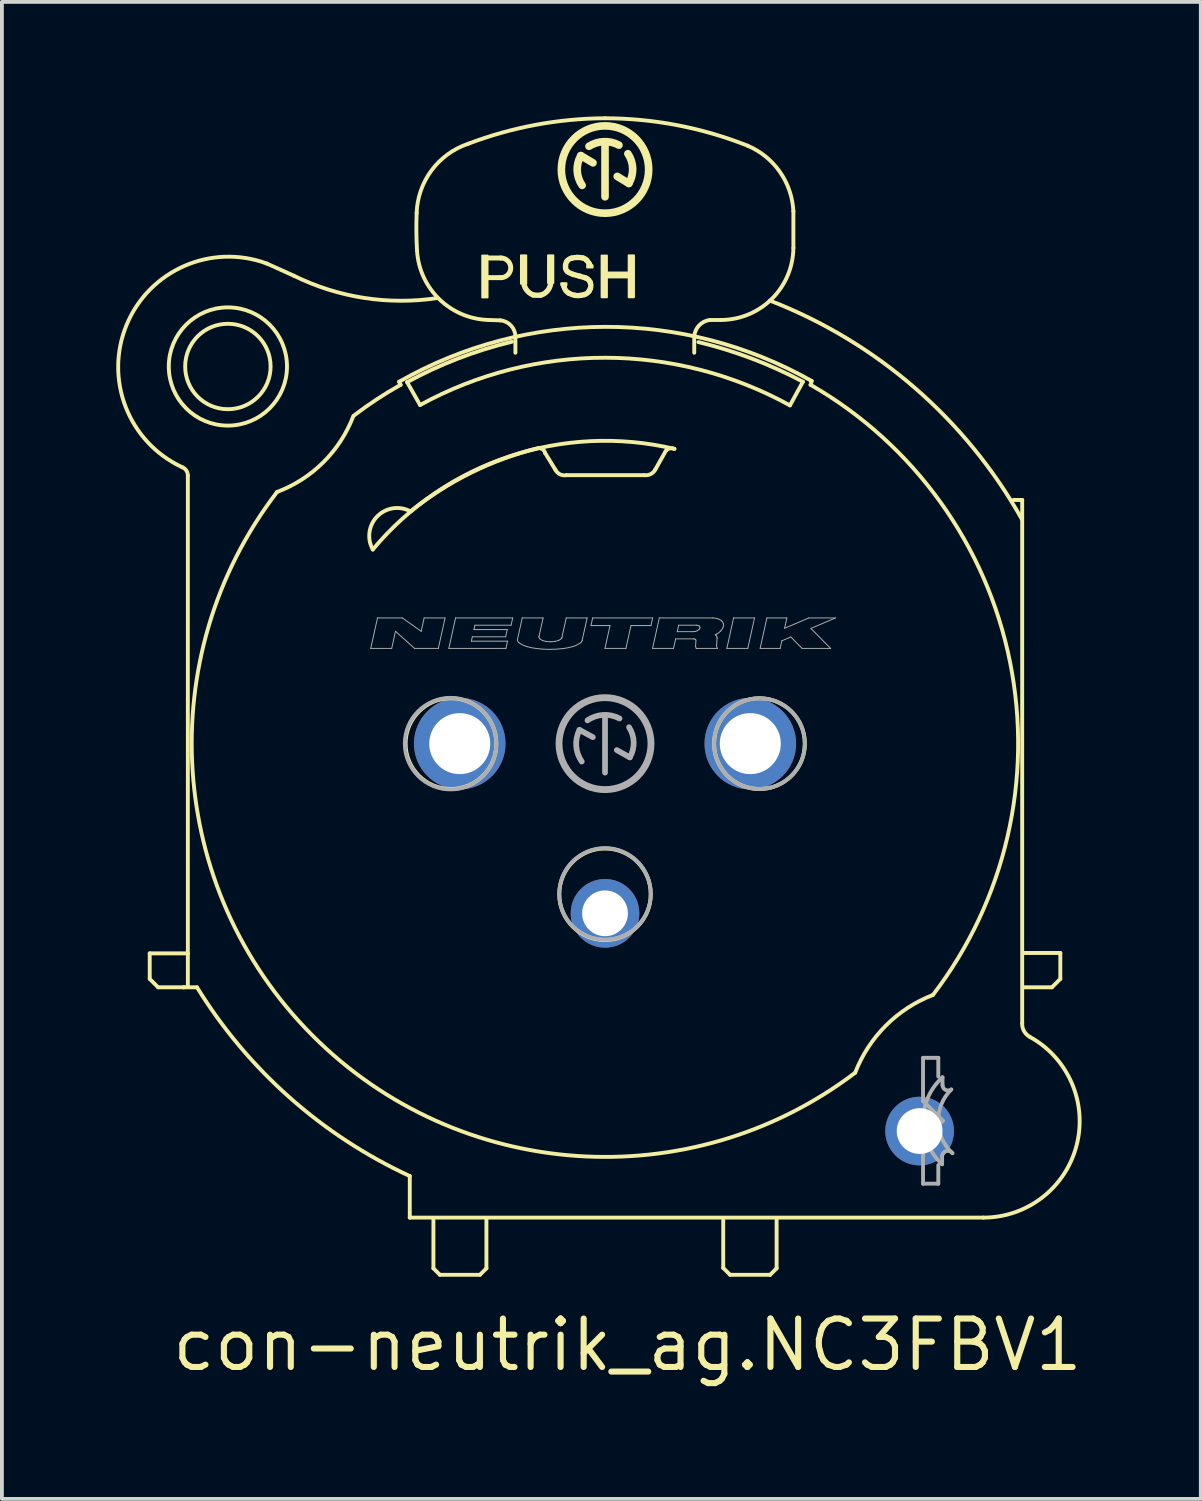
<source format=kicad_pcb>
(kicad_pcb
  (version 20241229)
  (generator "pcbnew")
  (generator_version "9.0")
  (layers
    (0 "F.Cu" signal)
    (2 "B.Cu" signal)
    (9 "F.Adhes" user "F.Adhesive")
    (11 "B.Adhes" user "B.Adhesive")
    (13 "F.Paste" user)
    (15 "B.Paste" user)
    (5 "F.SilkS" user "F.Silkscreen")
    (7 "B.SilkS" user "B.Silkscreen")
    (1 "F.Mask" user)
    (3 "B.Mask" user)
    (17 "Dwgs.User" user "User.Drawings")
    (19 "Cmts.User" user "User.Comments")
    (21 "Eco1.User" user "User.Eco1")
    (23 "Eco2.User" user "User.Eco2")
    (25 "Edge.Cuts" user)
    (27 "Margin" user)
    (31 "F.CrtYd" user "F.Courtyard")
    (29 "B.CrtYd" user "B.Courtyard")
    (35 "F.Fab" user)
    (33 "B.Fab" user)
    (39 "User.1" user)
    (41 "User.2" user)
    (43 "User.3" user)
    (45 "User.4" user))
  (footprint "con-neutrik_ag.NC3FBV1"
    (layer "F.Cu")
    (at 12.816 16.451)
    (property "Reference" "con-neutrik_ag.NC3FBV1" (at -11.43 16.51 0) (layer "F.SilkS") (effects (font (size 1.27 1.27) (thickness 0.16)) (justify left bottom)))
    (attr through_hole)
    (fp_line (start -11.94 5.5) (end -10.94 5.5) (stroke (width 0.102) (type default)) (layer "F.SilkS"))
    (fp_line (start -11.94 6.17) (end -11.94 5.5) (stroke (width 0.102) (type default)) (layer "F.SilkS"))
    (fp_line (start -11.72 6.39) (end -11.94 6.17) (stroke (width 0.102) (type default)) (layer "F.SilkS"))
    (fp_line (start -11.05 6.39) (end -11.72 6.39) (stroke (width 0.102) (type default)) (layer "F.SilkS"))
    (fp_line (start -11.05 6.39) (end -10.7 6.39) (stroke (width 0.102) (type default)) (layer "F.SilkS"))
    (fp_line (start -11.04 6.39) (end -11.05 6.39) (stroke (width 0.102) (type default)) (layer "F.SilkS"))
    (fp_line (start -10.94 5.5) (end -10.94 -7.03) (stroke (width 0.102) (type default)) (layer "F.SilkS"))
    (fp_line (start -10.94 6.35) (end -10.94 5.52) (stroke (width 0.102) (type default)) (layer "F.SilkS"))
    (fp_line (start -5.4 -9.49) (end -5.36 -9.41) (stroke (width 0.102) (type default)) (layer "F.SilkS"))
    (fp_line (start -5.19 -9.48) (end -4.85 -8.88) (stroke (width 0.102) (type default)) (layer "F.SilkS"))
    (fp_line (start -5.12 11.34) (end -5.12 12.43) (stroke (width 0.102) (type default)) (layer "F.SilkS"))
    (fp_line (start -5.12 12.43) (end 9.92 12.43) (stroke (width 0.102) (type default)) (layer "F.SilkS"))
    (fp_line (start -4.5 12.49) (end -4.5 13.76) (stroke (width 0.102) (type default)) (layer "F.SilkS"))
    (fp_line (start -4.5 13.76) (end -4.33 13.93) (stroke (width 0.102) (type default)) (layer "F.SilkS"))
    (fp_line (start -4.33 13.93) (end -3.28 13.93) (stroke (width 0.102) (type default)) (layer "F.SilkS"))
    (fp_line (start -3.28 13.93) (end -3.11 13.76) (stroke (width 0.102) (type default)) (layer "F.SilkS"))
    (fp_line (start -3.13 -12.735) (end -2.73 -12.735) (stroke (width 0.13) (type default)) (layer "F.SilkS"))
    (fp_line (start -3.11 13.76) (end -3.11 12.47) (stroke (width 0.102) (type default)) (layer "F.SilkS"))
    (fp_line (start -2.75 -11.1) (end -3.06 -11.11) (stroke (width 0.102) (type default)) (layer "F.SilkS"))
    (fp_line (start -2.72 -12.22) (end -3.11 -12.22) (stroke (width 0.13) (type default)) (layer "F.SilkS"))
    (fp_line (start -2.35 -10.25) (end -2.35 -10.67) (stroke (width 0.102) (type default)) (layer "F.SilkS"))
    (fp_line (start -1.3 -7.18) (end -1.57 -7.62) (stroke (width 0.102) (type default)) (layer "F.SilkS"))
    (fp_line (start -1.08 -12.01) (end -1.075 -11.985) (stroke (width 0.14) (type default)) (layer "F.SilkS"))
    (fp_line (start -0.315 -15.23) (end -0.635 -15.42) (stroke (width 0.2) (type default)) (layer "F.SilkS"))
    (fp_line (start 0 -14.34) (end 0 -15.73) (stroke (width 0.2) (type default)) (layer "F.SilkS"))
    (fp_line (start 0.32 -14.875) (end 0.625 -14.69) (stroke (width 0.2) (type default)) (layer "F.SilkS"))
    (fp_line (start 1.03 -7.04) (end -1.01 -7.04) (stroke (width 0.102) (type default)) (layer "F.SilkS"))
    (fp_line (start 1.59 -7.67) (end 1.32 -7.19) (stroke (width 0.102) (type default)) (layer "F.SilkS"))
    (fp_line (start 3.1 12.49) (end 3.1 13.75) (stroke (width 0.102) (type default)) (layer "F.SilkS"))
    (fp_line (start 3.1 13.75) (end 3.28 13.93) (stroke (width 0.102) (type default)) (layer "F.SilkS"))
    (fp_line (start 3.28 13.93) (end 4.33 13.93) (stroke (width 0.102) (type default)) (layer "F.SilkS"))
    (fp_line (start 4.33 13.93) (end 4.5 13.76) (stroke (width 0.102) (type default)) (layer "F.SilkS"))
    (fp_line (start 4.5 13.76) (end 4.5 12.48) (stroke (width 0.102) (type default)) (layer "F.SilkS"))
    (fp_line (start 4.85 -8.87) (end 5.19 -9.49) (stroke (width 0.102) (type default)) (layer "F.SilkS"))
    (fp_line (start 4.94 -13.96) (end 4.94 -13) (stroke (width 0.102) (type default)) (layer "F.SilkS"))
    (fp_line (start 5.39 -9.41) (end 5.42 -9.51) (stroke (width 0.102) (type default)) (layer "F.SilkS"))
    (fp_line (start 10.94 -6.39) (end 10.71 -6.39) (stroke (width 0.102) (type default)) (layer "F.SilkS"))
    (fp_line (start 10.94 7.33) (end 10.94 -6.39) (stroke (width 0.102) (type default)) (layer "F.SilkS"))
    (fp_line (start 10.99 6.39) (end 11.72 6.39) (stroke (width 0.102) (type default)) (layer "F.SilkS"))
    (fp_line (start 11.72 6.39) (end 11.94 6.17) (stroke (width 0.102) (type default)) (layer "F.SilkS"))
    (fp_line (start 11.94 5.49) (end 10.99 5.49) (stroke (width 0.102) (type default)) (layer "F.SilkS"))
    (fp_line (start 11.94 6.17) (end 11.94 5.49) (stroke (width 0.102) (type default)) (layer "F.SilkS"))
    (fp_rect (start -3.22 -11.7) (end -3.08 -12.8) (stroke (width 0.05) (type default)) (fill yes) (layer "F.SilkS"))
    (fp_rect (start -2.205 -12.06) (end -2.065 -12.805) (stroke (width 0.05) (type default)) (fill yes) (layer "F.SilkS"))
    (fp_rect (start -1.495 -12.08) (end -1.355 -12.805) (stroke (width 0.05) (type default)) (fill yes) (layer "F.SilkS"))
    (fp_rect (start -1.15 -12.025) (end -1.01 -12.075) (stroke (width 0.05) (type default)) (fill yes) (layer "F.SilkS"))
    (fp_rect (start -0.47 -12.485) (end -0.325 -12.545) (stroke (width 0.05) (type default)) (fill yes) (layer "F.SilkS"))
    (fp_rect (start -0.09 -11.705) (end 0.05 -12.8) (stroke (width 0.05) (type default)) (fill yes) (layer "F.SilkS"))
    (fp_rect (start 0.035 -12.225) (end 0.64 -12.355) (stroke (width 0.05) (type default)) (fill yes) (layer "F.SilkS"))
    (fp_rect (start 0.62 -11.705) (end 0.76 -12.805) (stroke (width 0.05) (type default)) (fill yes) (layer "F.SilkS"))
    (fp_arc (start -11.09 -7.25) (mid -10.981062 -7.163139) (end -10.94 -7.03) (stroke (width 0.1016) (type default)) (layer "F.SilkS"))
    (fp_arc (start -11.09 -7.25) (mid -12.543512 -10.98573) (end -8.87 -12.59) (stroke (width 0.1016) (type default)) (layer "F.SilkS"))
    (fp_arc (start -8.87 -12.59) (mid -8.514255 -12.431652) (end -8.16 -12.27) (stroke (width 0.1016) (type default)) (layer "F.SilkS"))
    (fp_arc (start -6.6 -8.59) (mid -7.385874 -7.379798) (end -8.6 -6.6) (stroke (width 0.1016) (type default)) (layer "F.SilkS"))
    (fp_arc (start -6.59 -8.6) (mid -5.989419 -9.026896) (end -5.36 -9.41) (stroke (width 0.1016) (type default)) (layer "F.SilkS"))
    (fp_arc (start -6.09 -5.09) (mid -5.970889 -5.96213) (end -5.1 -6.09) (stroke (width 0.1016) (type default)) (layer "F.SilkS"))
    (fp_arc (start -6.09 -5.09) (mid -2.509717 -7.53273) (end 1.82 -7.73) (stroke (width 0.1016) (type default)) (layer "F.SilkS"))
    (fp_arc (start -5.4 -9.49) (mid 0.007357 -10.929608) (end 5.42 -9.51) (stroke (width 0.1016) (type default)) (layer "F.SilkS"))
    (fp_arc (start -5.19 -9.48) (mid -3.849732 -10.100106) (end -2.44 -10.54) (stroke (width 0.1016) (type default)) (layer "F.SilkS"))
    (fp_arc (start -5.12 11.34) (mid -8.274831 9.276264) (end -10.7 6.39) (stroke (width 0.1016) (type default)) (layer "F.SilkS"))
    (fp_arc (start -5.1 -6.09) (mid -3.515654 -7.102947) (end -1.75 -7.75) (stroke (width 0.1016) (type default)) (layer "F.SilkS"))
    (fp_arc (start -4.94 -13.91) (mid -4.55018 -15.031535) (end -3.59 -15.73) (stroke (width 0.1016) (type default)) (layer "F.SilkS"))
    (fp_arc (start -4.93 -12.93) (mid -4.946992 -13.419878) (end -4.94 -13.91) (stroke (width 0.1016) (type default)) (layer "F.SilkS"))
    (fp_arc (start -4.85 -8.88) (mid 0.001283 -10.119665) (end 4.85 -8.87) (stroke (width 0.1016) (type default)) (layer "F.SilkS"))
    (fp_arc (start -4.3995 -11.6841) (mid -6.324542 -11.689558) (end -8.16 -12.27) (stroke (width 0.1016) (type default)) (layer "F.SilkS"))
    (fp_arc (start -3.59 -15.73) (mid -1.825069 -16.226116) (end 0 -16.4) (stroke (width 0.1016) (type default)) (layer "F.SilkS"))
    (fp_arc (start -3.06 -11.11) (mid -4.347878 -11.657427) (end -4.93 -12.93) (stroke (width 0.1016) (type default)) (layer "F.SilkS"))
    (fp_arc (start -2.75 -11.1) (mid -2.465454 -10.963647) (end -2.35 -10.67) (stroke (width 0.1016) (type default)) (layer "F.SilkS"))
    (fp_arc (start -2.73 -12.735) (mid -2.472451 -12.482404) (end -2.72 -12.22) (stroke (width 0.13) (type default)) (layer "F.SilkS"))
    (fp_arc (start -1.88 -11.765) (mid -2.064528 -11.907658) (end -2.135 -12.13) (stroke (width 0.14) (type default)) (layer "F.SilkS"))
    (fp_arc (start -1.74 -7.75) (mid -1.632357 -7.71461) (end -1.57 -7.62) (stroke (width 0.1016) (type default)) (layer "F.SilkS"))
    (fp_arc (start -1.69 -11.76) (mid -1.785118 -11.758012) (end -1.88 -11.765) (stroke (width 0.14) (type default)) (layer "F.SilkS"))
    (fp_arc (start -1.425 -12.13) (mid -1.491164 -11.897489) (end -1.69 -11.76) (stroke (width 0.14) (type default)) (layer "F.SilkS"))
    (fp_arc (start -1.035 -12.545) (mid -1.023242 -12.602997) (end -0.995 -12.655) (stroke (width 0.14) (type default)) (layer "F.SilkS"))
    (fp_arc (start -1.035 -12.475) (mid -1.035897 -12.51) (end -1.035 -12.545) (stroke (width 0.14) (type default)) (layer "F.SilkS"))
    (fp_arc (start -1.01 -7.04) (mid -1.178221 -7.061899) (end -1.3 -7.18) (stroke (width 0.1016) (type default)) (layer "F.SilkS"))
    (fp_arc (start -0.995 -12.655) (mid -0.944061 -12.70256) (end -0.88 -12.73) (stroke (width 0.14) (type default)) (layer "F.SilkS"))
    (fp_arc (start -0.98 -12.375) (mid -1.018985 -12.418684) (end -1.035 -12.475) (stroke (width 0.14) (type default)) (layer "F.SilkS"))
    (fp_arc (start -0.945 -11.81) (mid -1.029639 -11.882911) (end -1.075 -11.985) (stroke (width 0.14) (type default)) (layer "F.SilkS"))
    (fp_arc (start -0.88 -12.73) (mid -0.805495 -12.743715) (end -0.73 -12.75) (stroke (width 0.14) (type default)) (layer "F.SilkS"))
    (fp_arc (start -0.835 -12.305) (mid -0.910421 -12.33395) (end -0.98 -12.375) (stroke (width 0.14) (type default)) (layer "F.SilkS"))
    (fp_arc (start -0.785 -11.755) (mid -0.867193 -11.776119) (end -0.945 -11.81) (stroke (width 0.14) (type default)) (layer "F.SilkS"))
    (fp_arc (start -0.73 -12.75) (mid -0.654498 -12.747518) (end -0.58 -12.735) (stroke (width 0.14) (type default)) (layer "F.SilkS"))
    (fp_arc (start -0.67 -12.26) (mid -0.752692 -12.281798) (end -0.835 -12.305) (stroke (width 0.14) (type default)) (layer "F.SilkS"))
    (fp_arc (start -0.67 -12.26) (mid -0.592125 -12.238792) (end -0.515 -12.215) (stroke (width 0.14) (type default)) (layer "F.SilkS"))
    (fp_arc (start -0.635 -11.755) (mid -0.71 -11.748536) (end -0.785 -11.755) (stroke (width 0.14) (type default)) (layer "F.SilkS"))
    (fp_arc (start -0.6 -14.64) (mid -0.729533 -15.024973) (end -0.635 -15.42) (stroke (width 0.2) (type default)) (layer "F.SilkS"))
    (fp_arc (start -0.58 -12.735) (mid -0.525361 -12.712732) (end -0.48 -12.675) (stroke (width 0.14) (type default)) (layer "F.SilkS"))
    (fp_arc (start -0.545 -11.775) (mid -0.589766 -11.763948) (end -0.635 -11.755) (stroke (width 0.14) (type default)) (layer "F.SilkS"))
    (fp_arc (start -0.515 -12.215) (mid -0.439995 -12.171092) (end -0.39 -12.1) (stroke (width 0.14) (type default)) (layer "F.SilkS"))
    (fp_arc (start -0.48 -12.675) (mid -0.448393 -12.636205) (end -0.42 -12.595) (stroke (width 0.14) (type default)) (layer "F.SilkS"))
    (fp_arc (start -0.42 -15.665) (mid -0.031558 -15.786174) (end 0.365 -15.695) (stroke (width 0.2) (type default)) (layer "F.SilkS"))
    (fp_arc (start -0.42 -12.595) (mid -0.409614 -12.577721) (end -0.4 -12.56) (stroke (width 0.14) (type default)) (layer "F.SilkS"))
    (fp_arc (start -0.42 -11.865) (mid -0.474346 -11.808675) (end -0.545 -11.775) (stroke (width 0.14) (type default)) (layer "F.SilkS"))
    (fp_arc (start -0.39 -12.1) (mid -0.372108 -12.017966) (end -0.385 -11.935) (stroke (width 0.14) (type default)) (layer "F.SilkS"))
    (fp_arc (start -0.385 -11.935) (mid -0.40031 -11.898905) (end -0.42 -11.865) (stroke (width 0.14) (type default)) (layer "F.SilkS"))
    (fp_arc (start 0 -16.4) (mid 1.903896 -16.21607) (end 3.74 -15.68) (stroke (width 0.1016) (type default)) (layer "F.SilkS"))
    (fp_arc (start 0.6 -15.47) (mid 0.725239 -15.083613) (end 0.625 -14.69) (stroke (width 0.2) (type default)) (layer "F.SilkS"))
    (fp_arc (start 1.32 -7.19) (mid 1.198655 -7.069267) (end 1.03 -7.04) (stroke (width 0.1016) (type default)) (layer "F.SilkS"))
    (fp_arc (start 1.59 -7.67) (mid 1.694294 -7.741041) (end 1.82 -7.73) (stroke (width 0.1016) (type default)) (layer "F.SilkS"))
    (fp_arc (start 2.34 -10.68) (mid 2.341373 -10.465) (end 2.34 -10.25) (stroke (width 0.1016) (type default)) (layer "F.SilkS"))
    (fp_arc (start 2.34 -10.68) (mid 2.468258 -10.968173) (end 2.75 -11.11) (stroke (width 0.1016) (type default)) (layer "F.SilkS"))
    (fp_arc (start 2.45 -10.53) (mid 3.852843 -10.096528) (end 5.19 -9.49) (stroke (width 0.1016) (type default)) (layer "F.SilkS"))
    (fp_arc (start 2.75 -11.11) (mid 2.9 -11.110782) (end 3.05 -11.11) (stroke (width 0.1016) (type default)) (layer "F.SilkS"))
    (fp_arc (start 3.74 -15.68) (mid 4.587041 -14.992354) (end 4.94 -13.96) (stroke (width 0.1016) (type default)) (layer "F.SilkS"))
    (fp_arc (start 4.3216 -11.6192) (mid 8.12432 -9.329623) (end 10.93 -5.89) (stroke (width 0.1016) (type default)) (layer "F.SilkS"))
    (fp_arc (start 4.94 -13) (mid 4.380591 -11.669409) (end 3.05 -11.11) (stroke (width 0.1016) (type default)) (layer "F.SilkS"))
    (fp_arc (start 5.39 -9.41) (mid 10.621563 -2.137579) (end 8.6 6.59) (stroke (width 0.1016) (type default)) (layer "F.SilkS"))
    (fp_arc (start 6.56 8.63) (mid -7.680581 7.644968) (end -8.6 -6.6) (stroke (width 0.1016) (type default)) (layer "F.SilkS"))
    (fp_arc (start 6.56 8.63) (mid 7.3644 7.3944) (end 8.6 6.59) (stroke (width 0.1016) (type default)) (layer "F.SilkS"))
    (fp_arc (start 11.14 7.69) (mid 12.367243 10.532877) (end 9.92 12.43) (stroke (width 0.1016) (type default)) (layer "F.SilkS"))
    (fp_arc (start 11.14 7.69) (mid 10.988255 7.538747) (end 10.94 7.33) (stroke (width 0.1016) (type default)) (layer "F.SilkS"))
    (fp_circle (center -9.89 -9.89) (end -8.77 -9.89) (stroke (width 0.102) (type default)) (fill no) (layer "F.SilkS"))
    (fp_circle (center -9.89 -9.89) (end -8.34 -9.89) (stroke (width 0.102) (type default)) (fill no) (layer "F.SilkS"))
    (fp_circle (center -4.04 0) (end -2.85 0) (stroke (width 0.102) (type default)) (fill no) (layer "F.SilkS"))
    (fp_circle (center 0 -15.055) (end 1.145 -15.055) (stroke (width 0.2) (type default)) (fill no) (layer "F.SilkS"))
    (fp_circle (center 0 3.95) (end 1.2 3.95) (stroke (width 0.102) (type default)) (fill no) (layer "F.SilkS"))
    (fp_circle (center 4.05 0) (end 5.24 0) (stroke (width 0.102) (type default)) (fill no) (layer "F.SilkS"))
    (fp_line (start -6.144 -2.497) (end -5.966 -3.296) (stroke (width 0.025) (type default)) (layer "F.Fab"))
    (fp_line (start -6.144 -2.497) (end -5.594 -2.497) (stroke (width 0.025) (type default)) (layer "F.Fab"))
    (fp_line (start -5.966 -3.296) (end -5.317 -3.296) (stroke (width 0.025) (type default)) (layer "F.Fab"))
    (fp_line (start -5.594 -2.497) (end -5.495 -2.946) (stroke (width 0.025) (type default)) (layer "F.Fab"))
    (fp_line (start -5.495 -2.946) (end -4.995 -2.497) (stroke (width 0.025) (type default)) (layer "F.Fab"))
    (fp_line (start -5.317 -3.296) (end -4.82 -2.946) (stroke (width 0.025) (type default)) (layer "F.Fab"))
    (fp_line (start -4.995 -2.497) (end -4.371 -2.497) (stroke (width 0.025) (type default)) (layer "F.Fab"))
    (fp_line (start -4.82 -2.946) (end -4.743 -3.296) (stroke (width 0.025) (type default)) (layer "F.Fab"))
    (fp_line (start -4.743 -3.296) (end -4.194 -3.296) (stroke (width 0.025) (type default)) (layer "F.Fab"))
    (fp_line (start -4.371 -2.497) (end -4.194 -3.296) (stroke (width 0.025) (type default)) (layer "F.Fab"))
    (fp_line (start -4.096 -2.497) (end -3.919 -3.296) (stroke (width 0.025) (type default)) (layer "F.Fab"))
    (fp_line (start -4.096 -2.497) (end -2.598 -2.497) (stroke (width 0.025) (type default)) (layer "F.Fab"))
    (fp_line (start -3.919 -3.296) (end -2.421 -3.296) (stroke (width 0.025) (type default)) (layer "F.Fab"))
    (fp_line (start -3.505 -2.687) (end -3.479 -2.802) (stroke (width 0.025) (type default)) (layer "F.Fab"))
    (fp_line (start -3.505 -2.687) (end -2.556 -2.687) (stroke (width 0.025) (type default)) (layer "F.Fab"))
    (fp_line (start -3.479 -2.802) (end -2.605 -2.802) (stroke (width 0.025) (type default)) (layer "F.Fab"))
    (fp_line (start -3.437 -2.991) (end -3.412 -3.106) (stroke (width 0.025) (type default)) (layer "F.Fab"))
    (fp_line (start -3.437 -2.991) (end -2.563 -2.991) (stroke (width 0.025) (type default)) (layer "F.Fab"))
    (fp_line (start -3.412 -3.106) (end -2.463 -3.106) (stroke (width 0.025) (type default)) (layer "F.Fab"))
    (fp_line (start -2.605 -2.802) (end -2.563 -2.991) (stroke (width 0.025) (type default)) (layer "F.Fab"))
    (fp_line (start -2.598 -2.497) (end -2.556 -2.687) (stroke (width 0.025) (type default)) (layer "F.Fab"))
    (fp_line (start -2.463 -3.106) (end -2.421 -3.296) (stroke (width 0.025) (type default)) (layer "F.Fab"))
    (fp_line (start -2.294 -2.741) (end -2.171 -3.296) (stroke (width 0.025) (type default)) (layer "F.Fab"))
    (fp_line (start -2.171 -3.296) (end -1.623 -3.296) (stroke (width 0.025) (type default)) (layer "F.Fab"))
    (fp_line (start -1.731 -2.81) (end -1.623 -3.296) (stroke (width 0.025) (type default)) (layer "F.Fab"))
    (fp_line (start -1.13 -2.784) (end -1.017 -3.296) (stroke (width 0.025) (type default)) (layer "F.Fab"))
    (fp_line (start -1.017 -3.296) (end -0.469 -3.296) (stroke (width 0.025) (type default)) (layer "F.Fab"))
    (fp_line (start -0.67 -0.36) (end -0.32 -0.17) (stroke (width 0.15) (type default)) (layer "F.Fab"))
    (fp_line (start -0.601 -2.702) (end -0.469 -3.296) (stroke (width 0.025) (type default)) (layer "F.Fab"))
    (fp_line (start -0.368 -3.096) (end -0.324 -3.296) (stroke (width 0.025) (type default)) (layer "F.Fab"))
    (fp_line (start -0.368 -3.096) (end 0.131 -3.096) (stroke (width 0.025) (type default)) (layer "F.Fab"))
    (fp_line (start -0.324 -3.296) (end 1.249 -3.296) (stroke (width 0.025) (type default)) (layer "F.Fab"))
    (fp_line (start -0.001 -2.497) (end 0.131 -3.096) (stroke (width 0.025) (type default)) (layer "F.Fab"))
    (fp_line (start -0.001 -2.497) (end 0.548 -2.497) (stroke (width 0.025) (type default)) (layer "F.Fab"))
    (fp_line (start 0 0.76) (end 0 -0.74) (stroke (width 0.15) (type default)) (layer "F.Fab"))
    (fp_line (start 0.31 0.17) (end 0.65 0.36) (stroke (width 0.15) (type default)) (layer "F.Fab"))
    (fp_line (start 0.548 -2.497) (end 0.681 -3.096) (stroke (width 0.025) (type default)) (layer "F.Fab"))
    (fp_line (start 0.681 -3.096) (end 1.205 -3.096) (stroke (width 0.025) (type default)) (layer "F.Fab"))
    (fp_line (start 1.205 -3.096) (end 1.249 -3.296) (stroke (width 0.025) (type default)) (layer "F.Fab"))
    (fp_line (start 1.247 -2.497) (end 1.424 -3.296) (stroke (width 0.025) (type default)) (layer "F.Fab"))
    (fp_line (start 1.247 -2.497) (end 1.796 -2.497) (stroke (width 0.025) (type default)) (layer "F.Fab"))
    (fp_line (start 1.424 -3.296) (end 2.826 -3.296) (stroke (width 0.025) (type default)) (layer "F.Fab"))
    (fp_line (start 1.796 -2.497) (end 1.852 -2.747) (stroke (width 0.025) (type default)) (layer "F.Fab"))
    (fp_line (start 1.852 -2.747) (end 2.328 -2.747) (stroke (width 0.025) (type default)) (layer "F.Fab"))
    (fp_line (start 1.894 -2.936) (end 1.931 -3.106) (stroke (width 0.025) (type default)) (layer "F.Fab"))
    (fp_line (start 1.894 -2.936) (end 2.321 -2.936) (stroke (width 0.025) (type default)) (layer "F.Fab"))
    (fp_line (start 1.931 -3.106) (end 2.394 -3.106) (stroke (width 0.025) (type default)) (layer "F.Fab"))
    (fp_line (start 2.375 -2.561) (end 2.385 -2.707) (stroke (width 0.025) (type default)) (layer "F.Fab"))
    (fp_line (start 2.394 -2.497) (end 2.394 -2.497) (stroke (width 0.025) (type default)) (layer "F.Fab"))
    (fp_line (start 2.394 -2.497) (end 2.95 -2.497) (stroke (width 0.025) (type default)) (layer "F.Fab"))
    (fp_line (start 2.926 -2.581) (end 2.939 -2.767) (stroke (width 0.025) (type default)) (layer "F.Fab"))
    (fp_line (start 3.195 -2.497) (end 3.372 -3.296) (stroke (width 0.025) (type default)) (layer "F.Fab"))
    (fp_line (start 3.195 -2.497) (end 3.744 -2.497) (stroke (width 0.025) (type default)) (layer "F.Fab"))
    (fp_line (start 3.372 -3.296) (end 3.921 -3.296) (stroke (width 0.025) (type default)) (layer "F.Fab"))
    (fp_line (start 3.744 -2.497) (end 3.921 -3.296) (stroke (width 0.025) (type default)) (layer "F.Fab"))
    (fp_line (start 4.068 -2.497) (end 4.245 -3.296) (stroke (width 0.025) (type default)) (layer "F.Fab"))
    (fp_line (start 4.068 -2.497) (end 4.593 -2.497) (stroke (width 0.025) (type default)) (layer "F.Fab"))
    (fp_line (start 4.245 -3.296) (end 4.77 -3.296) (stroke (width 0.025) (type default)) (layer "F.Fab"))
    (fp_line (start 4.593 -2.497) (end 4.637 -2.697) (stroke (width 0.025) (type default)) (layer "F.Fab"))
    (fp_line (start 4.637 -2.697) (end 4.871 -2.797) (stroke (width 0.025) (type default)) (layer "F.Fab"))
    (fp_line (start 4.71 -3.026) (end 4.77 -3.296) (stroke (width 0.025) (type default)) (layer "F.Fab"))
    (fp_line (start 4.71 -3.026) (end 5.344 -3.296) (stroke (width 0.025) (type default)) (layer "F.Fab"))
    (fp_line (start 4.871 -2.797) (end 5.167 -2.497) (stroke (width 0.025) (type default)) (layer "F.Fab"))
    (fp_line (start 5.167 -2.497) (end 5.916 -2.497) (stroke (width 0.025) (type default)) (layer "F.Fab"))
    (fp_line (start 5.344 -3.296) (end 6.043 -3.296) (stroke (width 0.025) (type default)) (layer "F.Fab"))
    (fp_line (start 5.399 -3.021) (end 5.916 -2.497) (stroke (width 0.025) (type default)) (layer "F.Fab"))
    (fp_line (start 5.399 -3.021) (end 6.043 -3.296) (stroke (width 0.025) (type default)) (layer "F.Fab"))
    (fp_line (start 8.34 8.24) (end 8.34 9.37) (stroke (width 0.102) (type default)) (layer "F.Fab"))
    (fp_line (start 8.34 8.24) (end 8.74 8.24) (stroke (width 0.102) (type default)) (layer "F.Fab"))
    (fp_line (start 8.34 9.37) (end 8.86 9.89) (stroke (width 0.102) (type default)) (layer "F.Fab"))
    (fp_line (start 8.34 10.41) (end 8.34 11.54) (stroke (width 0.102) (type default)) (layer "F.Fab"))
    (fp_line (start 8.34 11.54) (end 8.74 11.54) (stroke (width 0.102) (type default)) (layer "F.Fab"))
    (fp_line (start 8.74 8.24) (end 8.74 8.73) (stroke (width 0.102) (type default)) (layer "F.Fab"))
    (fp_line (start 8.74 11.54) (end 8.74 11.05) (stroke (width 0.102) (type default)) (layer "F.Fab"))
    (fp_line (start 8.84 11.03) (end 8.84 10.82) (stroke (width 0.102) (type default)) (layer "F.Fab"))
    (fp_line (start 8.85 8.75) (end 8.85 8.95) (stroke (width 0.102) (type default)) (layer "F.Fab"))
    (fp_line (start 8.86 9.89) (end 8.34 10.41) (stroke (width 0.102) (type default)) (layer "F.Fab"))
    (fp_arc (start -2.2964 -2.7217) (mid -2.295867 -2.731456) (end -2.2943 -2.7411) (stroke (width 0.0254) (type default)) (layer "F.Fab"))
    (fp_arc (start -2.2578 -2.6471) (mid -2.286121 -2.679718) (end -2.2963 -2.7217) (stroke (width 0.0254) (type default)) (layer "F.Fab"))
    (fp_arc (start -2.0477 -2.5452) (mid -2.156985 -2.587418) (end -2.2578 -2.6471) (stroke (width 0.0254) (type default)) (layer "F.Fab"))
    (fp_arc (start -1.796 -2.4932) (mid -1.922923 -2.514007) (end -2.0477 -2.5452) (stroke (width 0.0254) (type default)) (layer "F.Fab"))
    (fp_arc (start -1.7326 -2.7966) (mid -1.732234 -2.803244) (end -1.7311 -2.8098) (stroke (width 0.0254) (type default)) (layer "F.Fab"))
    (fp_arc (start -1.7159 -2.7561) (mid -1.728335 -2.774676) (end -1.7327 -2.7966) (stroke (width 0.0254) (type default)) (layer "F.Fab"))
    (fp_arc (start -1.6443 -2.7083) (mid -1.682454 -2.728674) (end -1.7159 -2.7561) (stroke (width 0.0254) (type default)) (layer "F.Fab"))
    (fp_arc (start -1.5538 -2.6822) (mid -1.599779 -2.692723) (end -1.6443 -2.7083) (stroke (width 0.0254) (type default)) (layer "F.Fab"))
    (fp_arc (start -1.4474 -2.4721) (mid -1.62202 -2.477365) (end -1.796 -2.4932) (stroke (width 0.0254) (type default)) (layer "F.Fab"))
    (fp_arc (start -1.4308 -2.6718) (mid -1.492521 -2.674388) (end -1.5538 -2.6822) (stroke (width 0.0254) (type default)) (layer "F.Fab"))
    (fp_arc (start -1.3079 -2.6822) (mid -1.369129 -2.67439) (end -1.4308 -2.6718) (stroke (width 0.0254) (type default)) (layer "F.Fab"))
    (fp_arc (start -1.2174 -2.7083) (mid -1.261921 -2.692723) (end -1.3079 -2.6822) (stroke (width 0.0254) (type default)) (layer "F.Fab"))
    (fp_arc (start -1.1458 -2.7561) (mid -1.179246 -2.728674) (end -1.2174 -2.7083) (stroke (width 0.0254) (type default)) (layer "F.Fab"))
    (fp_arc (start -1.1304 -2.7839) (mid -1.136132 -2.76891) (end -1.1458 -2.7561) (stroke (width 0.0254) (type default)) (layer "F.Fab"))
    (fp_arc (start -1.0989 -2.4931) (mid -1.27283 -2.477266) (end -1.4474 -2.472) (stroke (width 0.0254) (type default)) (layer "F.Fab"))
    (fp_arc (start -0.8472 -2.5452) (mid -0.971977 -2.514007) (end -1.0989 -2.4932) (stroke (width 0.0254) (type default)) (layer "F.Fab"))
    (fp_arc (start -0.6371 -2.6471) (mid -0.737916 -2.587421) (end -0.8472 -2.5452) (stroke (width 0.0254) (type default)) (layer "F.Fab"))
    (fp_arc (start -0.61 0.47) (mid -0.754744 0.063295) (end -0.67 -0.36) (stroke (width 0.15) (type default)) (layer "F.Fab"))
    (fp_arc (start -0.6007 -2.7023) (mid -0.613738 -2.671296) (end -0.6371 -2.6471) (stroke (width 0.0254) (type default)) (layer "F.Fab"))
    (fp_arc (start -0.46 -0.61) (mid -0.047007 -0.752716) (end 0.38 -0.66) (stroke (width 0.15) (type default)) (layer "F.Fab"))
    (fp_arc (start 0.63 -0.43) (mid 0.752066 -0.037837) (end 0.65 0.36) (stroke (width 0.15) (type default)) (layer "F.Fab"))
    (fp_arc (start 2.3283 -2.7467) (mid 2.340566 -2.745829) (end 2.3526 -2.7433) (stroke (width 0.0254) (type default)) (layer "F.Fab"))
    (fp_arc (start 2.3526 -2.7432) (mid 2.364222 -2.738519) (end 2.3746 -2.7315) (stroke (width 0.0254) (type default)) (layer "F.Fab"))
    (fp_arc (start 2.3746 -2.7315) (mid 2.380482 -2.724772) (end 2.3841 -2.7166) (stroke (width 0.0254) (type default)) (layer "F.Fab"))
    (fp_arc (start 2.3785 -2.9442) (mid 2.349756 -2.938398) (end 2.3205 -2.9364) (stroke (width 0.0254) (type default)) (layer "F.Fab"))
    (fp_arc (start 2.3943 -2.497) (mid 2.380142 -2.527484) (end 2.375 -2.5607) (stroke (width 0.0254) (type default)) (layer "F.Fab"))
    (fp_arc (start 2.3944 -3.1062) (mid 2.414793 -3.104721) (end 2.4348 -3.1005) (stroke (width 0.0254) (type default)) (layer "F.Fab"))
    (fp_arc (start 2.4288 -2.9645) (mid 2.404262 -2.952875) (end 2.3785 -2.9443) (stroke (width 0.0254) (type default)) (layer "F.Fab"))
    (fp_arc (start 2.4348 -3.1005) (mid 2.454244 -3.09272) (end 2.4716 -3.081) (stroke (width 0.0254) (type default)) (layer "F.Fab"))
    (fp_arc (start 2.4641 -2.9914) (mid 2.447446 -2.976643) (end 2.4288 -2.9645) (stroke (width 0.0254) (type default)) (layer "F.Fab"))
    (fp_arc (start 2.4716 -3.081) (mid 2.481397 -3.069754) (end 2.4874 -3.0561) (stroke (width 0.0254) (type default)) (layer "F.Fab"))
    (fp_arc (start 2.4861 -3.0267) (mid 2.476985 -3.007875) (end 2.4641 -2.9914) (stroke (width 0.0254) (type default)) (layer "F.Fab"))
    (fp_arc (start 2.4874 -3.0561) (mid 2.488997 -3.041301) (end 2.4861 -3.0267) (stroke (width 0.0254) (type default)) (layer "F.Fab"))
    (fp_arc (start 2.8259 -3.296) (mid 2.886677 -3.291588) (end 2.9463 -3.279) (stroke (width 0.0254) (type default)) (layer "F.Fab"))
    (fp_arc (start 2.8917 -2.8549) (mid 2.899191 -2.849485) (end 2.9064 -2.8437) (stroke (width 0.0254) (type default)) (layer "F.Fab"))
    (fp_arc (start 2.9064 -2.8437) (mid 2.924646 -2.822802) (end 2.9358 -2.7974) (stroke (width 0.0254) (type default)) (layer "F.Fab"))
    (fp_arc (start 2.9282 -2.8737) (mid 2.910094 -2.86407) (end 2.8917 -2.855) (stroke (width 0.0254) (type default)) (layer "F.Fab"))
    (fp_arc (start 2.9358 -2.7974) (mid 2.93855 -2.782173) (end 2.9387 -2.7667) (stroke (width 0.0254) (type default)) (layer "F.Fab"))
    (fp_arc (start 2.9463 -3.279) (mid 3.004211 -3.255758) (end 3.0559 -3.2208) (stroke (width 0.0254) (type default)) (layer "F.Fab"))
    (fp_arc (start 2.9503 -2.497) (mid 2.930467 -2.536583) (end 2.9257 -2.5806) (stroke (width 0.0254) (type default)) (layer "F.Fab"))
    (fp_arc (start 3.0334 -2.9539) (mid 2.983769 -2.909906) (end 2.9282 -2.8737) (stroke (width 0.0254) (type default)) (layer "F.Fab"))
    (fp_arc (start 3.0559 -3.2208) (mid 3.085071 -3.187347) (end 3.1029 -3.1467) (stroke (width 0.0254) (type default)) (layer "F.Fab"))
    (fp_arc (start 3.0992 -3.0591) (mid 3.071923 -3.002983) (end 3.0334 -2.9539) (stroke (width 0.0254) (type default)) (layer "F.Fab"))
    (fp_arc (start 3.1029 -3.1467) (mid 3.107748 -3.102617) (end 3.0992 -3.0591) (stroke (width 0.0254) (type default)) (layer "F.Fab"))
    (fp_arc (start 8.84 10.81) (mid 8.951547 10.684537) (end 9.11 10.74) (stroke (width 0.1016) (type default)) (layer "F.Fab"))
    (fp_arc (start 8.84 11.03) (mid 8.341886 9.887793) (end 8.85 8.75) (stroke (width 0.1016) (type default)) (layer "F.Fab"))
    (fp_arc (start 9.08 9.07) (mid 8.928573 9.079819) (end 8.85 8.95) (stroke (width 0.1016) (type default)) (layer "F.Fab"))
    (fp_arc (start 9.11 10.74) (mid 8.736883 9.911433) (end 9.08 9.07) (stroke (width 0.1016) (type default)) (layer "F.Fab"))
    (fp_circle (center -4.05 0) (end -2.85 0) (stroke (width 0.102) (type default)) (fill no) (layer "F.Fab"))
    (fp_circle (center 0 0) (end 1.206 0) (stroke (width 0.18) (type default)) (fill no) (layer "F.Fab"))
    (fp_circle (center 0 3.94) (end 1.2 3.94) (stroke (width 0.102) (type default)) (fill no) (layer "F.Fab"))
    (fp_circle (center 4.05 0) (end 5.24 0) (stroke (width 0.102) (type default)) (fill no) (layer "F.Fab"))
    (pad "1" thru_hole circle (at 3.81 0) (size 2.4 2.4) (drill 1.6) (layers "*.Cu" "*.Mask"))
    (pad "2" thru_hole circle (at -3.81 0) (size 2.4 2.4) (drill 1.6) (layers "*.Cu" "*.Mask"))
    (pad "3" thru_hole circle (at 0 4.45) (size 1.8 1.8) (drill 1.2) (layers "*.Cu" "*.Mask"))
    (pad "G" thru_hole circle (at 8.25 10.16) (size 1.8 1.8) (drill 1.2) (layers "*.Cu" "*.Mask")))
  (gr_rect
    (start -3 -3)
    (end 28.44 36.258)
    (stroke (width 0.1) (type default))
    (fill no)
    (layer "Edge.Cuts")))
</source>
